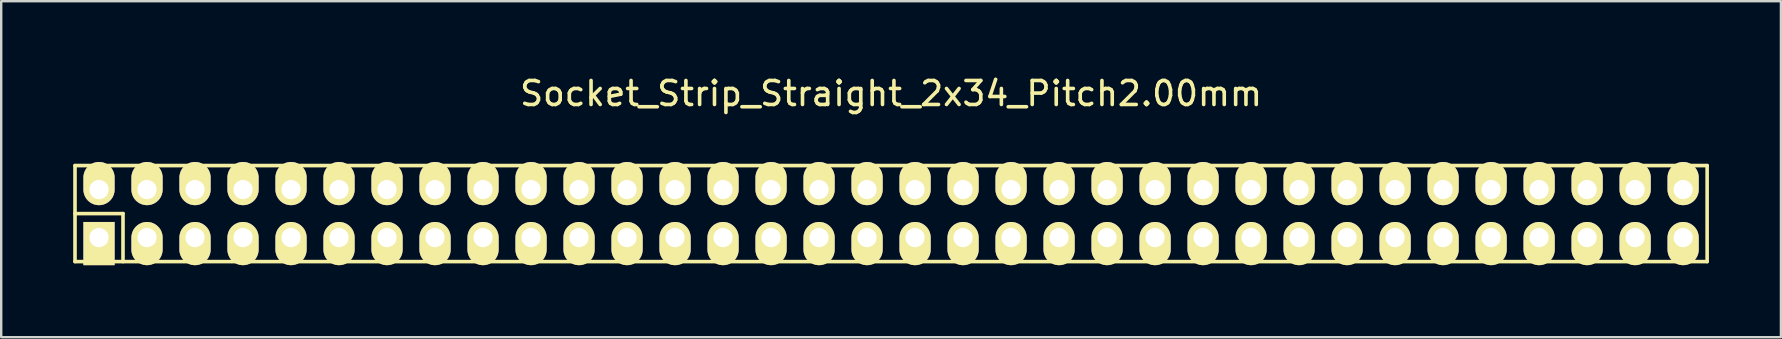
<source format=kicad_pcb>
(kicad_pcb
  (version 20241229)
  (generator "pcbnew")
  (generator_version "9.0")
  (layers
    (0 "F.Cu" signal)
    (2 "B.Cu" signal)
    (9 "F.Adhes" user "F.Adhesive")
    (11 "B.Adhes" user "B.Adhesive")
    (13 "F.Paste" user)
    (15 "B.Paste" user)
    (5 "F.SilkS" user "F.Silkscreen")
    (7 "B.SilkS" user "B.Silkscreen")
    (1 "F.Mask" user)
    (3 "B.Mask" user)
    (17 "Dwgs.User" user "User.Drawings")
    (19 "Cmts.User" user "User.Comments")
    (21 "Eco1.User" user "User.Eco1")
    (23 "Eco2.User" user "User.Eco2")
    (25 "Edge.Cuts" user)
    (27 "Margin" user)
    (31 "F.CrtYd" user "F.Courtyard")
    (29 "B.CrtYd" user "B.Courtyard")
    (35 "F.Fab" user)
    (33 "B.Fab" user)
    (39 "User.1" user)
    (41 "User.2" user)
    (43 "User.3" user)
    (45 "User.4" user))
  (footprint "Socket_Strip_Straight_2x34_Pitch2.00mm"
    (layer "F.Cu")
    (at 34.075 5.848)
    (property "Reference" "Socket_Strip_Straight_2x34_Pitch2.00mm" (at 0 -5 0) (layer "F.SilkS") (effects (font (size 1 1) (thickness 0.15))))
    (attr through_hole)
    (fp_line (start -34 -2) (end 34 -2) (stroke (width 0.15) (type solid)) (layer "F.SilkS"))
    (fp_line (start -34 0) (end -32 0) (stroke (width 0.15) (type solid)) (layer "F.SilkS"))
    (fp_line (start -34 2) (end -34 -2) (stroke (width 0.15) (type solid)) (layer "F.SilkS"))
    (fp_line (start -32 0) (end -32 2) (stroke (width 0.15) (type solid)) (layer "F.SilkS"))
    (fp_line (start 34 -2) (end 34 2) (stroke (width 0.15) (type solid)) (layer "F.SilkS"))
    (fp_line (start 34 2) (end -34 2) (stroke (width 0.15) (type solid)) (layer "F.SilkS"))
    (pad "1" thru_hole rect (at -33 1) (size 1.3 1.8) (drill 0.8 (offset 0 0.25)) (layers "*.Cu" "*.Mask" "F.SilkS"))
    (pad "2" thru_hole oval (at -33 -1) (size 1.3 1.8) (drill 0.8 (offset 0 -0.25)) (layers "*.Cu" "*.Mask" "F.SilkS"))
    (pad "3" thru_hole oval (at -31 1) (size 1.3 1.8) (drill 0.8 (offset 0 0.25)) (layers "*.Cu" "*.Mask" "F.SilkS"))
    (pad "4" thru_hole oval (at -31 -1) (size 1.3 1.8) (drill 0.8 (offset 0 -0.25)) (layers "*.Cu" "*.Mask" "F.SilkS"))
    (pad "5" thru_hole oval (at -29 1) (size 1.3 1.8) (drill 0.8 (offset 0 0.25)) (layers "*.Cu" "*.Mask" "F.SilkS"))
    (pad "6" thru_hole oval (at -29 -1) (size 1.3 1.8) (drill 0.8 (offset 0 -0.25)) (layers "*.Cu" "*.Mask" "F.SilkS"))
    (pad "7" thru_hole oval (at -27 1) (size 1.3 1.8) (drill 0.8 (offset 0 0.25)) (layers "*.Cu" "*.Mask" "F.SilkS"))
    (pad "8" thru_hole oval (at -27 -1) (size 1.3 1.8) (drill 0.8 (offset 0 -0.25)) (layers "*.Cu" "*.Mask" "F.SilkS"))
    (pad "9" thru_hole oval (at -25 1) (size 1.3 1.8) (drill 0.8 (offset 0 0.25)) (layers "*.Cu" "*.Mask" "F.SilkS"))
    (pad "10" thru_hole oval (at -25 -1) (size 1.3 1.8) (drill 0.8 (offset 0 -0.25)) (layers "*.Cu" "*.Mask" "F.SilkS"))
    (pad "11" thru_hole oval (at -23 1) (size 1.3 1.8) (drill 0.8 (offset 0 0.25)) (layers "*.Cu" "*.Mask" "F.SilkS"))
    (pad "12" thru_hole oval (at -23 -1) (size 1.3 1.8) (drill 0.8 (offset 0 -0.25)) (layers "*.Cu" "*.Mask" "F.SilkS"))
    (pad "13" thru_hole oval (at -21 1) (size 1.3 1.8) (drill 0.8 (offset 0 0.25)) (layers "*.Cu" "*.Mask" "F.SilkS"))
    (pad "14" thru_hole oval (at -21 -1) (size 1.3 1.8) (drill 0.8 (offset 0 -0.25)) (layers "*.Cu" "*.Mask" "F.SilkS"))
    (pad "15" thru_hole oval (at -19 1) (size 1.3 1.8) (drill 0.8 (offset 0 0.25)) (layers "*.Cu" "*.Mask" "F.SilkS"))
    (pad "16" thru_hole oval (at -19 -1) (size 1.3 1.8) (drill 0.8 (offset 0 -0.25)) (layers "*.Cu" "*.Mask" "F.SilkS"))
    (pad "17" thru_hole oval (at -17 1) (size 1.3 1.8) (drill 0.8 (offset 0 0.25)) (layers "*.Cu" "*.Mask" "F.SilkS"))
    (pad "18" thru_hole oval (at -17 -1) (size 1.3 1.8) (drill 0.8 (offset 0 -0.25)) (layers "*.Cu" "*.Mask" "F.SilkS"))
    (pad "19" thru_hole oval (at -15 1) (size 1.3 1.8) (drill 0.8 (offset 0 0.25)) (layers "*.Cu" "*.Mask" "F.SilkS"))
    (pad "20" thru_hole oval (at -15 -1) (size 1.3 1.8) (drill 0.8 (offset 0 -0.25)) (layers "*.Cu" "*.Mask" "F.SilkS"))
    (pad "21" thru_hole oval (at -13 1) (size 1.3 1.8) (drill 0.8 (offset 0 0.25)) (layers "*.Cu" "*.Mask" "F.SilkS"))
    (pad "22" thru_hole oval (at -13 -1) (size 1.3 1.8) (drill 0.8 (offset 0 -0.25)) (layers "*.Cu" "*.Mask" "F.SilkS"))
    (pad "23" thru_hole oval (at -11 1) (size 1.3 1.8) (drill 0.8 (offset 0 0.25)) (layers "*.Cu" "*.Mask" "F.SilkS"))
    (pad "24" thru_hole oval (at -11 -1) (size 1.3 1.8) (drill 0.8 (offset 0 -0.25)) (layers "*.Cu" "*.Mask" "F.SilkS"))
    (pad "25" thru_hole oval (at -9 1) (size 1.3 1.8) (drill 0.8 (offset 0 0.25)) (layers "*.Cu" "*.Mask" "F.SilkS"))
    (pad "26" thru_hole oval (at -9 -1) (size 1.3 1.8) (drill 0.8 (offset 0 -0.25)) (layers "*.Cu" "*.Mask" "F.SilkS"))
    (pad "27" thru_hole oval (at -7 1) (size 1.3 1.8) (drill 0.8 (offset 0 0.25)) (layers "*.Cu" "*.Mask" "F.SilkS"))
    (pad "28" thru_hole oval (at -7 -1) (size 1.3 1.8) (drill 0.8 (offset 0 -0.25)) (layers "*.Cu" "*.Mask" "F.SilkS"))
    (pad "29" thru_hole oval (at -5 1) (size 1.3 1.8) (drill 0.8 (offset 0 0.25)) (layers "*.Cu" "*.Mask" "F.SilkS"))
    (pad "30" thru_hole oval (at -5 -1) (size 1.3 1.8) (drill 0.8 (offset 0 -0.25)) (layers "*.Cu" "*.Mask" "F.SilkS"))
    (pad "31" thru_hole oval (at -3 1) (size 1.3 1.8) (drill 0.8 (offset 0 0.25)) (layers "*.Cu" "*.Mask" "F.SilkS"))
    (pad "32" thru_hole oval (at -3 -1) (size 1.3 1.8) (drill 0.8 (offset 0 -0.25)) (layers "*.Cu" "*.Mask" "F.SilkS"))
    (pad "33" thru_hole oval (at -1 1) (size 1.3 1.8) (drill 0.8 (offset 0 0.25)) (layers "*.Cu" "*.Mask" "F.SilkS"))
    (pad "34" thru_hole oval (at -1 -1) (size 1.3 1.8) (drill 0.8 (offset 0 -0.25)) (layers "*.Cu" "*.Mask" "F.SilkS"))
    (pad "35" thru_hole oval (at 1 1) (size 1.3 1.8) (drill 0.8 (offset 0 0.25)) (layers "*.Cu" "*.Mask" "F.SilkS"))
    (pad "36" thru_hole oval (at 1 -1) (size 1.3 1.8) (drill 0.8 (offset 0 -0.25)) (layers "*.Cu" "*.Mask" "F.SilkS"))
    (pad "37" thru_hole oval (at 3 1) (size 1.3 1.8) (drill 0.8 (offset 0 0.25)) (layers "*.Cu" "*.Mask" "F.SilkS"))
    (pad "38" thru_hole oval (at 3 -1) (size 1.3 1.8) (drill 0.8 (offset 0 -0.25)) (layers "*.Cu" "*.Mask" "F.SilkS"))
    (pad "39" thru_hole oval (at 5 1) (size 1.3 1.8) (drill 0.8 (offset 0 0.25)) (layers "*.Cu" "*.Mask" "F.SilkS"))
    (pad "40" thru_hole oval (at 5 -1) (size 1.3 1.8) (drill 0.8 (offset 0 -0.25)) (layers "*.Cu" "*.Mask" "F.SilkS"))
    (pad "41" thru_hole oval (at 7 1) (size 1.3 1.8) (drill 0.8 (offset 0 0.25)) (layers "*.Cu" "*.Mask" "F.SilkS"))
    (pad "42" thru_hole oval (at 7 -1) (size 1.3 1.8) (drill 0.8 (offset 0 -0.25)) (layers "*.Cu" "*.Mask" "F.SilkS"))
    (pad "43" thru_hole oval (at 9 1) (size 1.3 1.8) (drill 0.8 (offset 0 0.25)) (layers "*.Cu" "*.Mask" "F.SilkS"))
    (pad "44" thru_hole oval (at 9 -1) (size 1.3 1.8) (drill 0.8 (offset 0 -0.25)) (layers "*.Cu" "*.Mask" "F.SilkS"))
    (pad "45" thru_hole oval (at 11 1) (size 1.3 1.8) (drill 0.8 (offset 0 0.25)) (layers "*.Cu" "*.Mask" "F.SilkS"))
    (pad "46" thru_hole oval (at 11 -1) (size 1.3 1.8) (drill 0.8 (offset 0 -0.25)) (layers "*.Cu" "*.Mask" "F.SilkS"))
    (pad "47" thru_hole oval (at 13 1) (size 1.3 1.8) (drill 0.8 (offset 0 0.25)) (layers "*.Cu" "*.Mask" "F.SilkS"))
    (pad "48" thru_hole oval (at 13 -1) (size 1.3 1.8) (drill 0.8 (offset 0 -0.25)) (layers "*.Cu" "*.Mask" "F.SilkS"))
    (pad "49" thru_hole oval (at 15 1) (size 1.3 1.8) (drill 0.8 (offset 0 0.25)) (layers "*.Cu" "*.Mask" "F.SilkS"))
    (pad "50" thru_hole oval (at 15 -1) (size 1.3 1.8) (drill 0.8 (offset 0 -0.25)) (layers "*.Cu" "*.Mask" "F.SilkS"))
    (pad "51" thru_hole oval (at 17 1) (size 1.3 1.8) (drill 0.8 (offset 0 0.25)) (layers "*.Cu" "*.Mask" "F.SilkS"))
    (pad "52" thru_hole oval (at 17 -1) (size 1.3 1.8) (drill 0.8 (offset 0 -0.25)) (layers "*.Cu" "*.Mask" "F.SilkS"))
    (pad "53" thru_hole oval (at 19 1) (size 1.3 1.8) (drill 0.8 (offset 0 0.25)) (layers "*.Cu" "*.Mask" "F.SilkS"))
    (pad "54" thru_hole oval (at 19 -1) (size 1.3 1.8) (drill 0.8 (offset 0 -0.25)) (layers "*.Cu" "*.Mask" "F.SilkS"))
    (pad "55" thru_hole oval (at 21 1) (size 1.3 1.8) (drill 0.8 (offset 0 0.25)) (layers "*.Cu" "*.Mask" "F.SilkS"))
    (pad "56" thru_hole oval (at 21 -1) (size 1.3 1.8) (drill 0.8 (offset 0 -0.25)) (layers "*.Cu" "*.Mask" "F.SilkS"))
    (pad "57" thru_hole oval (at 23 1) (size 1.3 1.8) (drill 0.8 (offset 0 0.25)) (layers "*.Cu" "*.Mask" "F.SilkS"))
    (pad "58" thru_hole oval (at 23 -1) (size 1.3 1.8) (drill 0.8 (offset 0 -0.25)) (layers "*.Cu" "*.Mask" "F.SilkS"))
    (pad "59" thru_hole oval (at 25 1) (size 1.3 1.8) (drill 0.8 (offset 0 0.25)) (layers "*.Cu" "*.Mask" "F.SilkS"))
    (pad "60" thru_hole oval (at 25 -1) (size 1.3 1.8) (drill 0.8 (offset 0 -0.25)) (layers "*.Cu" "*.Mask" "F.SilkS"))
    (pad "61" thru_hole oval (at 27 1) (size 1.3 1.8) (drill 0.8 (offset 0 0.25)) (layers "*.Cu" "*.Mask" "F.SilkS"))
    (pad "62" thru_hole oval (at 27 -1) (size 1.3 1.8) (drill 0.8 (offset 0 -0.25)) (layers "*.Cu" "*.Mask" "F.SilkS"))
    (pad "63" thru_hole oval (at 29 1) (size 1.3 1.8) (drill 0.8 (offset 0 0.25)) (layers "*.Cu" "*.Mask" "F.SilkS"))
    (pad "64" thru_hole oval (at 29 -1) (size 1.3 1.8) (drill 0.8 (offset 0 -0.25)) (layers "*.Cu" "*.Mask" "F.SilkS"))
    (pad "65" thru_hole oval (at 31 1) (size 1.3 1.8) (drill 0.8 (offset 0 0.25)) (layers "*.Cu" "*.Mask" "F.SilkS"))
    (pad "66" thru_hole oval (at 31 -1) (size 1.3 1.8) (drill 0.8 (offset 0 -0.25)) (layers "*.Cu" "*.Mask" "F.SilkS"))
    (pad "67" thru_hole oval (at 33 1) (size 1.3 1.8) (drill 0.8 (offset 0 0.25)) (layers "*.Cu" "*.Mask" "F.SilkS"))
    (pad "68" thru_hole oval (at 33 -1) (size 1.3 1.8) (drill 0.8 (offset 0 -0.25)) (layers "*.Cu" "*.Mask" "F.SilkS")))
  (gr_rect
    (start -3 -3)
    (end 71.15 10.998)
    (stroke (width 0.1) (type default))
    (fill no)
    (layer "Edge.Cuts")))
</source>
